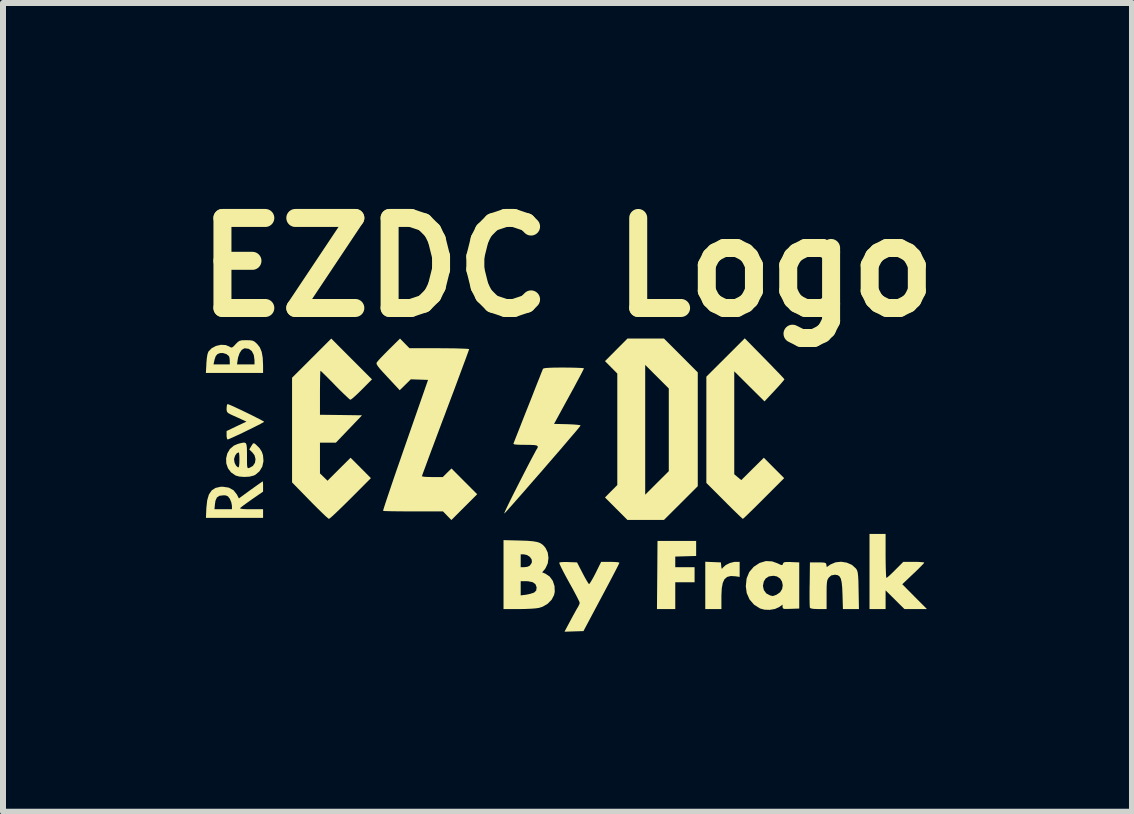
<source format=kicad_pcb>
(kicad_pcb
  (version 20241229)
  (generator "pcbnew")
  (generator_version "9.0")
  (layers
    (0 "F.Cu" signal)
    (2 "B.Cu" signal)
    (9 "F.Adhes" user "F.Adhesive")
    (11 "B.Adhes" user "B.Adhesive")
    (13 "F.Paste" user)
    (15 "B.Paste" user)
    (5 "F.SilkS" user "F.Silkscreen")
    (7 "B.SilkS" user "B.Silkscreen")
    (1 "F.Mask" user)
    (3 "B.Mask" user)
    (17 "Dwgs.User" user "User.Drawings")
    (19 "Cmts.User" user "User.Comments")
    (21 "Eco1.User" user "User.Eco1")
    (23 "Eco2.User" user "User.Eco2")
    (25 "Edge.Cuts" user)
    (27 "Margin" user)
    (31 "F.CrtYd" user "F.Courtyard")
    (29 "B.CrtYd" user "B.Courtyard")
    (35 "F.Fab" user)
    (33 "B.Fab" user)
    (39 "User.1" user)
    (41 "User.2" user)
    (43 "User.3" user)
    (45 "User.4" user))
  (footprint "EZDC Logo"
    (layer "F.Cu")
    (at 6.387 5.034)
    (property "Reference" "EZDC Logo" (at 0.02 -3.63 0) (layer "F.SilkS") (effects (font (size 1.5 1.5) (thickness 0.3))))
    (attr board_only exclude_from_pos_files exclude_from_bom)
    (fp_poly (pts (xy 2.164 1.055) (xy 2.164 1.181) (xy 1.99 1.186) (xy 1.816 1.191) (xy 1.816 1.28) (xy 1.816 1.368) (xy 1.977 1.368) (xy 2.138 1.368) (xy 2.138 1.494) (xy 2.138 1.619) (xy 1.977 1.619) (xy 1.816 1.619) (xy 1.816 1.842) (xy 1.816 2.066) (xy 1.663 2.066) (xy 1.511 2.066) (xy 1.516 1.498) (xy 1.52 0.93) (xy 1.842 0.93) (xy 2.164 0.93)) (stroke (width 0) (type solid)) (fill yes) (layer "F.SilkS"))
    (fp_poly (pts (xy 2.446 1.283) (xy 2.576 1.288) (xy 2.582 1.348) (xy 2.587 1.387) (xy 2.595 1.394) (xy 2.611 1.375) (xy 2.612 1.373) (xy 2.659 1.331) (xy 2.726 1.298) (xy 2.8 1.28) (xy 2.824 1.279) (xy 2.889 1.279) (xy 2.889 1.404) (xy 2.889 1.53) (xy 2.822 1.52) (xy 2.742 1.515) (xy 2.681 1.53) (xy 2.637 1.567) (xy 2.608 1.629) (xy 2.591 1.719) (xy 2.585 1.841) (xy 2.585 1.865) (xy 2.585 2.066) (xy 2.451 2.066) (xy 2.316 2.066) (xy 2.316 1.672) (xy 2.316 1.277)) (stroke (width 0) (type solid)) (fill yes) (layer "F.SilkS"))
    (fp_poly (pts (xy 1.91 -2.16) (xy 2.191 -1.878) (xy 2.191 -0.93) (xy 2.191 0.018) (xy 1.909 0.3) (xy 1.627 0.581) (xy 1.323 0.581) (xy 1.019 0.581) (xy 0.832 0.394) (xy 0.645 0.206) (xy 0.747 0.102) (xy 0.85 -0.001) (xy 0.85 -0.921) (xy 1.315 -0.921) (xy 1.315 0.16) (xy 1.511 -0.036) (xy 1.708 -0.232) (xy 1.708 -0.921) (xy 1.708 -1.61) (xy 1.511 -1.807) (xy 1.315 -2.003) (xy 1.315 -0.921) (xy 0.85 -0.921) (xy 0.85 -0.93) (xy 0.85 -1.859) (xy 0.747 -1.963) (xy 0.645 -2.066) (xy 0.832 -2.254) (xy 1.019 -2.442) (xy 1.324 -2.442) (xy 1.628 -2.442)) (stroke (width 0) (type solid)) (fill yes) (layer "F.SilkS"))
    (fp_poly (pts (xy 5.321 1.181) (xy 5.322 1.291) (xy 5.324 1.388) (xy 5.327 1.466) (xy 5.33 1.521) (xy 5.334 1.546) (xy 5.335 1.547) (xy 5.353 1.535) (xy 5.39 1.503) (xy 5.439 1.456) (xy 5.482 1.413) (xy 5.616 1.279) (xy 5.791 1.279) (xy 5.865 1.28) (xy 5.923 1.284) (xy 5.959 1.288) (xy 5.965 1.292) (xy 5.953 1.309) (xy 5.919 1.344) (xy 5.869 1.395) (xy 5.806 1.456) (xy 5.782 1.478) (xy 5.599 1.652) (xy 5.804 1.859) (xy 6.01 2.066) (xy 5.822 2.066) (xy 5.635 2.066) (xy 5.478 1.91) (xy 5.321 1.754) (xy 5.321 1.91) (xy 5.321 2.066) (xy 5.187 2.066) (xy 5.053 2.066) (xy 5.053 1.44) (xy 5.053 0.814) (xy 5.187 0.814) (xy 5.321 0.814)) (stroke (width 0) (type solid)) (fill yes) (layer "F.SilkS"))
    (fp_poly (pts (xy -5.622 -1.343) (xy -5.575 -1.323) (xy -5.509 -1.293) (xy -5.43 -1.256) (xy -5.345 -1.215) (xy -5.26 -1.174) (xy -5.181 -1.134) (xy -5.113 -1.1) (xy -5.063 -1.073) (xy -5.037 -1.058) (xy -5.035 -1.055) (xy -5.05 -1.045) (xy -5.092 -1.022) (xy -5.154 -0.99) (xy -5.23 -0.952) (xy -5.314 -0.911) (xy -5.399 -0.869) (xy -5.481 -0.831) (xy -5.552 -0.798) (xy -5.607 -0.774) (xy -5.639 -0.761) (xy -5.644 -0.76) (xy -5.655 -0.776) (xy -5.661 -0.816) (xy -5.661 -0.831) (xy -5.661 -0.901) (xy -5.496 -0.98) (xy -5.33 -1.058) (xy -5.415 -1.097) (xy -5.485 -1.129) (xy -5.559 -1.162) (xy -5.581 -1.172) (xy -5.629 -1.197) (xy -5.653 -1.219) (xy -5.661 -1.252) (xy -5.661 -1.28) (xy -5.657 -1.324) (xy -5.648 -1.349) (xy -5.644 -1.35)) (stroke (width 0) (type solid)) (fill yes) (layer "F.SilkS"))
    (fp_poly (pts (xy 3.303 -2.111) (xy 3.391 -2.021) (xy 3.47 -1.939) (xy 3.538 -1.869) (xy 3.59 -1.814) (xy 3.623 -1.778) (xy 3.635 -1.765) (xy 3.625 -1.748) (xy 3.594 -1.711) (xy 3.548 -1.658) (xy 3.489 -1.594) (xy 3.471 -1.574) (xy 3.303 -1.395) (xy 3.051 -1.645) (xy 2.799 -1.896) (xy 2.799 -1.039) (xy 2.799 -0.181) (xy 2.857 -0.132) (xy 2.916 -0.083) (xy 3.104 -0.27) (xy 3.292 -0.456) (xy 3.461 -0.286) (xy 3.631 -0.116) (xy 3.291 0.224) (xy 3.201 0.314) (xy 3.119 0.395) (xy 3.049 0.463) (xy 2.994 0.517) (xy 2.957 0.551) (xy 2.942 0.563) (xy 2.942 0.563) (xy 2.928 0.551) (xy 2.891 0.517) (xy 2.837 0.465) (xy 2.768 0.398) (xy 2.689 0.319) (xy 2.634 0.264) (xy 2.334 -0.036) (xy 2.334 -0.922) (xy 2.334 -1.807) (xy 2.654 -2.126) (xy 2.974 -2.446)) (stroke (width 0) (type solid)) (fill yes) (layer "F.SilkS"))
    (fp_poly (pts (xy 0.802 1.281) (xy 0.855 1.285) (xy 0.883 1.291) (xy 0.885 1.294) (xy 0.877 1.313) (xy 0.854 1.36) (xy 0.818 1.43) (xy 0.77 1.522) (xy 0.713 1.63) (xy 0.649 1.751) (xy 0.585 1.871) (xy 0.286 2.433) (xy 0.128 2.438) (xy -0.03 2.443) (xy 0.073 2.25) (xy 0.115 2.172) (xy 0.153 2.103) (xy 0.183 2.05) (xy 0.2 2.022) (xy 0.219 1.983) (xy 0.223 1.959) (xy 0.214 1.936) (xy 0.19 1.887) (xy 0.154 1.817) (xy 0.108 1.731) (xy 0.055 1.636) (xy 0.046 1.619) (xy -0.007 1.523) (xy -0.052 1.438) (xy -0.087 1.368) (xy -0.11 1.318) (xy -0.118 1.293) (xy -0.117 1.292) (xy -0.094 1.285) (xy -0.045 1.282) (xy 0.021 1.282) (xy 0.037 1.283) (xy 0.179 1.288) (xy 0.271 1.466) (xy 0.309 1.538) (xy 0.343 1.597) (xy 0.367 1.636) (xy 0.379 1.65) (xy 0.392 1.637) (xy 0.417 1.597) (xy 0.451 1.538) (xy 0.488 1.467) (xy 0.581 1.279) (xy 0.733 1.279)) (stroke (width 0) (type solid)) (fill yes) (layer "F.SilkS"))
    (fp_poly (pts (xy 4.674 1.292) (xy 4.759 1.329) (xy 4.825 1.388) (xy 4.828 1.392) (xy 4.842 1.413) (xy 4.852 1.439) (xy 4.859 1.475) (xy 4.864 1.526) (xy 4.868 1.6) (xy 4.87 1.7) (xy 4.871 1.754) (xy 4.877 2.066) (xy 4.744 2.066) (xy 4.61 2.066) (xy 4.603 1.828) (xy 4.598 1.708) (xy 4.589 1.621) (xy 4.575 1.56) (xy 4.553 1.521) (xy 4.523 1.501) (xy 4.482 1.494) (xy 4.473 1.494) (xy 4.415 1.505) (xy 4.375 1.541) (xy 4.36 1.563) (xy 4.349 1.59) (xy 4.343 1.628) (xy 4.339 1.685) (xy 4.338 1.766) (xy 4.338 1.827) (xy 4.338 2.066) (xy 4.203 2.066) (xy 4.123 2.063) (xy 4.076 2.055) (xy 4.059 2.043) (xy 4.057 2.019) (xy 4.055 1.965) (xy 4.054 1.886) (xy 4.054 1.789) (xy 4.055 1.68) (xy 4.056 1.654) (xy 4.06 1.288) (xy 4.195 1.288) (xy 4.263 1.289) (xy 4.304 1.293) (xy 4.325 1.302) (xy 4.333 1.318) (xy 4.334 1.327) (xy 4.34 1.366) (xy 4.404 1.322) (xy 4.486 1.287) (xy 4.579 1.277)) (stroke (width 0) (type solid)) (fill yes) (layer "F.SilkS"))
    (fp_poly (pts (xy -5.055 -0.047) (xy -5.053 -0.006) (xy -5.053 0.023) (xy -5.053 0.109) (xy -5.24 0.238) (xy -5.312 0.289) (xy -5.373 0.333) (xy -5.416 0.366) (xy -5.437 0.384) (xy -5.438 0.385) (xy -5.426 0.393) (xy -5.381 0.399) (xy -5.306 0.402) (xy -5.251 0.402) (xy -5.053 0.402) (xy -5.053 0.474) (xy -5.053 0.546) (xy -5.529 0.546) (xy -6.005 0.546) (xy -5.999 0.402) (xy -5.863 0.402) (xy -5.717 0.402) (xy -5.572 0.402) (xy -5.572 0.344) (xy -5.582 0.289) (xy -5.605 0.232) (xy -5.607 0.228) (xy -5.638 0.188) (xy -5.674 0.172) (xy -5.711 0.17) (xy -5.779 0.178) (xy -5.822 0.206) (xy -5.846 0.259) (xy -5.854 0.31) (xy -5.863 0.402) (xy -5.999 0.402) (xy -5.998 0.38) (xy -5.984 0.253) (xy -5.956 0.157) (xy -5.91 0.089) (xy -5.846 0.047) (xy -5.761 0.028) (xy -5.724 0.027) (xy -5.625 0.042) (xy -5.546 0.085) (xy -5.49 0.156) (xy -5.488 0.159) (xy -5.456 0.222) (xy -5.26 0.079) (xy -5.187 0.027) (xy -5.127 -0.016) (xy -5.082 -0.047) (xy -5.06 -0.062) (xy -5.058 -0.063)) (stroke (width 0) (type solid)) (fill yes) (layer "F.SilkS"))
    (fp_poly (pts (xy 3.43 1.271) (xy 3.519 1.303) (xy 3.568 1.326) (xy 3.594 1.334) (xy 3.605 1.326) (xy 3.61 1.311) (xy 3.619 1.294) (xy 3.639 1.284) (xy 3.678 1.281) (xy 3.743 1.282) (xy 3.75 1.283) (xy 3.882 1.288) (xy 3.882 1.672) (xy 3.882 2.057) (xy 3.743 2.062) (xy 3.673 2.064) (xy 3.632 2.063) (xy 3.612 2.055) (xy 3.605 2.041) (xy 3.604 2.03) (xy 3.604 1.992) (xy 3.547 2.033) (xy 3.478 2.064) (xy 3.391 2.079) (xy 3.302 2.076) (xy 3.229 2.056) (xy 3.129 1.993) (xy 3.054 1.906) (xy 3.007 1.8) (xy 2.991 1.682) (xy 2.992 1.68) (xy 3.277 1.68) (xy 3.292 1.749) (xy 3.333 1.805) (xy 3.395 1.838) (xy 3.399 1.839) (xy 3.43 1.846) (xy 3.439 1.849) (xy 3.457 1.844) (xy 3.496 1.83) (xy 3.505 1.826) (xy 3.563 1.786) (xy 3.597 1.731) (xy 3.607 1.67) (xy 3.595 1.609) (xy 3.563 1.557) (xy 3.51 1.522) (xy 3.452 1.511) (xy 3.375 1.522) (xy 3.323 1.556) (xy 3.291 1.607) (xy 3.277 1.68) (xy 2.992 1.68) (xy 3.005 1.555) (xy 3.049 1.449) (xy 3.121 1.364) (xy 3.123 1.362) (xy 3.222 1.297) (xy 3.326 1.266)) (stroke (width 0) (type solid)) (fill yes) (layer "F.SilkS"))
    (fp_poly (pts (xy -3.578 -2.102) (xy -3.238 -1.762) (xy -3.407 -1.592) (xy -3.471 -1.529) (xy -3.527 -1.477) (xy -3.57 -1.44) (xy -3.595 -1.423) (xy -3.597 -1.422) (xy -3.616 -1.434) (xy -3.654 -1.469) (xy -3.709 -1.521) (xy -3.776 -1.586) (xy -3.851 -1.662) (xy -3.852 -1.664) (xy -3.926 -1.739) (xy -3.991 -1.805) (xy -4.044 -1.857) (xy -4.08 -1.892) (xy -4.096 -1.905) (xy -4.096 -1.905) (xy -4.099 -1.888) (xy -4.101 -1.841) (xy -4.103 -1.768) (xy -4.104 -1.675) (xy -4.105 -1.568) (xy -4.105 -1.539) (xy -4.105 -1.172) (xy -3.755 -1.168) (xy -3.404 -1.163) (xy -3.622 -0.935) (xy -3.84 -0.707) (xy -3.973 -0.707) (xy -4.105 -0.707) (xy -4.105 -0.451) (xy -4.105 -0.195) (xy -4.042 -0.134) (xy -3.979 -0.073) (xy -3.787 -0.265) (xy -3.595 -0.456) (xy -3.425 -0.286) (xy -3.256 -0.116) (xy -3.595 0.224) (xy -3.686 0.314) (xy -3.769 0.395) (xy -3.841 0.464) (xy -3.898 0.517) (xy -3.938 0.551) (xy -3.955 0.563) (xy -3.955 0.563) (xy -3.973 0.551) (xy -4.012 0.517) (xy -4.068 0.463) (xy -4.138 0.395) (xy -4.218 0.315) (xy -4.273 0.259) (xy -4.57 -0.045) (xy -4.57 -0.917) (xy -4.57 -1.789) (xy -4.244 -2.115) (xy -3.917 -2.442)) (stroke (width 0) (type solid)) (fill yes) (layer "F.SilkS"))
    (fp_poly (pts (xy -5.343 -0.701) (xy -5.329 -0.672) (xy -5.323 -0.62) (xy -5.321 -0.538) (xy -5.321 -0.491) (xy -5.321 -0.4) (xy -5.32 -0.34) (xy -5.316 -0.304) (xy -5.31 -0.286) (xy -5.298 -0.283) (xy -5.281 -0.287) (xy -5.281 -0.287) (xy -5.223 -0.319) (xy -5.188 -0.372) (xy -5.179 -0.434) (xy -5.196 -0.498) (xy -5.231 -0.544) (xy -5.283 -0.594) (xy -5.248 -0.652) (xy -5.224 -0.689) (xy -5.206 -0.699) (xy -5.185 -0.686) (xy -5.174 -0.677) (xy -5.112 -0.616) (xy -5.074 -0.556) (xy -5.054 -0.496) (xy -5.046 -0.4) (xy -5.066 -0.308) (xy -5.113 -0.23) (xy -5.181 -0.172) (xy -5.208 -0.159) (xy -5.278 -0.141) (xy -5.363 -0.136) (xy -5.447 -0.142) (xy -5.509 -0.159) (xy -5.586 -0.211) (xy -5.638 -0.28) (xy -5.666 -0.36) (xy -5.668 -0.423) (xy -5.536 -0.423) (xy -5.527 -0.371) (xy -5.504 -0.325) (xy -5.475 -0.298) (xy -5.462 -0.295) (xy -5.454 -0.312) (xy -5.449 -0.355) (xy -5.447 -0.415) (xy -5.447 -0.42) (xy -5.448 -0.482) (xy -5.452 -0.527) (xy -5.458 -0.545) (xy -5.459 -0.546) (xy -5.491 -0.53) (xy -5.519 -0.491) (xy -5.535 -0.44) (xy -5.536 -0.423) (xy -5.668 -0.423) (xy -5.669 -0.445) (xy -5.649 -0.528) (xy -5.606 -0.601) (xy -5.54 -0.658) (xy -5.472 -0.687) (xy -5.411 -0.703) (xy -5.369 -0.709)) (stroke (width 0) (type solid)) (fill yes) (layer "F.SilkS"))
    (fp_poly (pts (xy -5.267 -2.413) (xy -5.224 -2.406) (xy -5.191 -2.388) (xy -5.154 -2.354) (xy -5.153 -2.354) (xy -5.107 -2.295) (xy -5.076 -2.22) (xy -5.059 -2.123) (xy -5.053 -1.998) (xy -5.053 -1.994) (xy -5.053 -1.869) (xy -5.529 -1.869) (xy -6.006 -1.869) (xy -5.998 -2.012) (xy -5.879 -2.012) (xy -5.743 -2.012) (xy -5.608 -2.012) (xy -5.487 -2.012) (xy -5.341 -2.012) (xy -5.196 -2.012) (xy -5.196 -2.085) (xy -5.208 -2.17) (xy -5.241 -2.233) (xy -5.291 -2.271) (xy -5.355 -2.28) (xy -5.367 -2.278) (xy -5.409 -2.253) (xy -5.444 -2.2) (xy -5.469 -2.128) (xy -5.475 -2.097) (xy -5.487 -2.012) (xy -5.608 -2.012) (xy -5.608 -2.07) (xy -5.612 -2.117) (xy -5.621 -2.148) (xy -5.621 -2.148) (xy -5.663 -2.183) (xy -5.722 -2.201) (xy -5.77 -2.2) (xy -5.813 -2.183) (xy -5.842 -2.149) (xy -5.862 -2.09) (xy -5.866 -2.07) (xy -5.879 -2.012) (xy -5.998 -2.012) (xy -5.998 -2.026) (xy -5.991 -2.11) (xy -5.98 -2.178) (xy -5.966 -2.221) (xy -5.964 -2.224) (xy -5.911 -2.28) (xy -5.838 -2.319) (xy -5.756 -2.338) (xy -5.676 -2.334) (xy -5.618 -2.31) (xy -5.59 -2.294) (xy -5.569 -2.294) (xy -5.543 -2.313) (xy -5.511 -2.348) (xy -5.475 -2.384) (xy -5.445 -2.404) (xy -5.407 -2.413) (xy -5.348 -2.415) (xy -5.333 -2.415)) (stroke (width 0) (type solid)) (fill yes) (layer "F.SilkS"))
    (fp_poly (pts (xy -0.774 0.924) (xy -0.65 0.928) (xy -0.556 0.936) (xy -0.486 0.948) (xy -0.433 0.967) (xy -0.392 0.995) (xy -0.357 1.033) (xy -0.346 1.047) (xy -0.309 1.124) (xy -0.297 1.214) (xy -0.309 1.305) (xy -0.346 1.385) (xy -0.358 1.402) (xy -0.402 1.454) (xy -0.348 1.476) (xy -0.277 1.524) (xy -0.225 1.595) (xy -0.196 1.683) (xy -0.192 1.778) (xy -0.204 1.833) (xy -0.244 1.91) (xy -0.311 1.978) (xy -0.395 2.027) (xy -0.455 2.046) (xy -0.508 2.054) (xy -0.586 2.06) (xy -0.681 2.064) (xy -0.781 2.066) (xy -0.797 2.066) (xy -1.046 2.066) (xy -1.046 1.719) (xy -0.76 1.719) (xy -0.76 1.838) (xy -0.666 1.826) (xy -0.604 1.813) (xy -0.55 1.796) (xy -0.531 1.787) (xy -0.501 1.755) (xy -0.495 1.709) (xy -0.495 1.703) (xy -0.514 1.651) (xy -0.56 1.618) (xy -0.634 1.603) (xy -0.675 1.601) (xy -0.76 1.601) (xy -0.76 1.719) (xy -1.046 1.719) (xy -1.046 1.492) (xy -1.046 1.261) (xy -0.76 1.261) (xy -0.76 1.368) (xy -0.701 1.368) (xy -0.651 1.362) (xy -0.613 1.346) (xy -0.613 1.346) (xy -0.585 1.311) (xy -0.573 1.284) (xy -0.577 1.24) (xy -0.606 1.197) (xy -0.653 1.166) (xy -0.706 1.154) (xy -0.76 1.154) (xy -0.76 1.261) (xy -1.046 1.261) (xy -1.046 0.917)) (stroke (width 0) (type solid)) (fill yes) (layer "F.SilkS"))
    (fp_poly (pts (xy -2.692 -2.361) (xy -2.613 -2.281) (xy -2.116 -2.281) (xy -1.987 -2.28) (xy -1.87 -2.279) (xy -1.77 -2.276) (xy -1.692 -2.273) (xy -1.64 -2.27) (xy -1.619 -2.266) (xy -1.619 -2.265) (xy -1.625 -2.247) (xy -1.643 -2.197) (xy -1.671 -2.12) (xy -1.709 -2.018) (xy -1.755 -1.894) (xy -1.808 -1.751) (xy -1.867 -1.592) (xy -1.932 -1.42) (xy -2.001 -1.237) (xy -2.012 -1.206) (xy -2.082 -1.022) (xy -2.147 -0.848) (xy -2.207 -0.687) (xy -2.262 -0.541) (xy -2.309 -0.414) (xy -2.348 -0.308) (xy -2.378 -0.227) (xy -2.398 -0.173) (xy -2.406 -0.149) (xy -2.406 -0.148) (xy -2.389 -0.142) (xy -2.345 -0.137) (xy -2.279 -0.135) (xy -2.232 -0.134) (xy -2.058 -0.134) (xy -1.986 -0.206) (xy -1.913 -0.277) (xy -1.699 -0.062) (xy -1.485 0.152) (xy -1.7 0.367) (xy -1.915 0.582) (xy -1.985 0.51) (xy -2.055 0.438) (xy -2.55 0.438) (xy -2.679 0.438) (xy -2.796 0.437) (xy -2.897 0.436) (xy -2.976 0.434) (xy -3.03 0.432) (xy -3.053 0.429) (xy -3.053 0.429) (xy -3.049 0.411) (xy -3.034 0.362) (xy -3.009 0.285) (xy -2.975 0.183) (xy -2.933 0.059) (xy -2.884 -0.086) (xy -2.829 -0.246) (xy -2.768 -0.421) (xy -2.704 -0.606) (xy -2.683 -0.666) (xy -2.304 -1.753) (xy -2.447 -1.758) (xy -2.591 -1.763) (xy -2.683 -1.672) (xy -2.776 -1.581) (xy -2.976 -1.796) (xy -3.052 -1.878) (xy -3.106 -1.938) (xy -3.14 -1.981) (xy -3.158 -2.011) (xy -3.163 -2.032) (xy -3.159 -2.043) (xy -3.141 -2.066) (xy -3.102 -2.11) (xy -3.047 -2.167) (xy -2.982 -2.233) (xy -2.957 -2.258) (xy -2.771 -2.442)) (stroke (width 0) (type solid)) (fill yes) (layer "F.SilkS"))
    (fp_poly (pts (xy 0.063 -1.958) (xy 0.155 -1.956) (xy 0.228 -1.953) (xy 0.276 -1.95) (xy 0.295 -1.945) (xy 0.295 -1.945) (xy 0.286 -1.927) (xy 0.263 -1.881) (xy 0.227 -1.812) (xy 0.179 -1.723) (xy 0.124 -1.62) (xy 0.061 -1.505) (xy 0.045 -1.476) (xy -0.204 -1.02) (xy 0.02 -1.015) (xy 0.106 -1.011) (xy 0.175 -1.006) (xy 0.222 -1) (xy 0.238 -0.994) (xy 0.238 -0.993) (xy 0.225 -0.975) (xy 0.192 -0.934) (xy 0.14 -0.872) (xy 0.072 -0.793) (xy -0.008 -0.699) (xy -0.098 -0.593) (xy -0.197 -0.479) (xy -0.3 -0.36) (xy -0.405 -0.238) (xy -0.511 -0.117) (xy -0.614 0.001) (xy -0.711 0.113) (xy -0.8 0.214) (xy -0.879 0.304) (xy -0.944 0.377) (xy -0.993 0.432) (xy -1.024 0.465) (xy -1.034 0.474) (xy -1.03 0.459) (xy -1.011 0.415) (xy -0.979 0.348) (xy -0.936 0.26) (xy -0.884 0.155) (xy -0.824 0.037) (xy -0.785 -0.04) (xy -0.72 -0.167) (xy -0.66 -0.284) (xy -0.606 -0.388) (xy -0.56 -0.475) (xy -0.525 -0.54) (xy -0.504 -0.58) (xy -0.498 -0.59) (xy -0.478 -0.622) (xy -0.475 -0.645) (xy -0.491 -0.659) (xy -0.53 -0.667) (xy -0.598 -0.67) (xy -0.682 -0.671) (xy -0.774 -0.672) (xy -0.835 -0.675) (xy -0.87 -0.68) (xy -0.881 -0.689) (xy -0.88 -0.693) (xy -0.872 -0.714) (xy -0.852 -0.765) (xy -0.822 -0.841) (xy -0.783 -0.939) (xy -0.738 -1.055) (xy -0.687 -1.184) (xy -0.635 -1.315) (xy -0.58 -1.453) (xy -0.53 -1.582) (xy -0.485 -1.696) (xy -0.446 -1.793) (xy -0.417 -1.868) (xy -0.397 -1.917) (xy -0.39 -1.936) (xy -0.377 -1.945) (xy -0.343 -1.951) (xy -0.285 -1.955) (xy -0.2 -1.958) (xy -0.083 -1.959) (xy -0.043 -1.959)) (stroke (width 0) (type solid)) (fill yes) (layer "F.SilkS")))
  (gr_rect
    (start -3 -3)
    (end 15.814 10.477)
    (stroke (width 0.1) (type default))
    (fill no)
    (layer "Edge.Cuts")))
</source>
